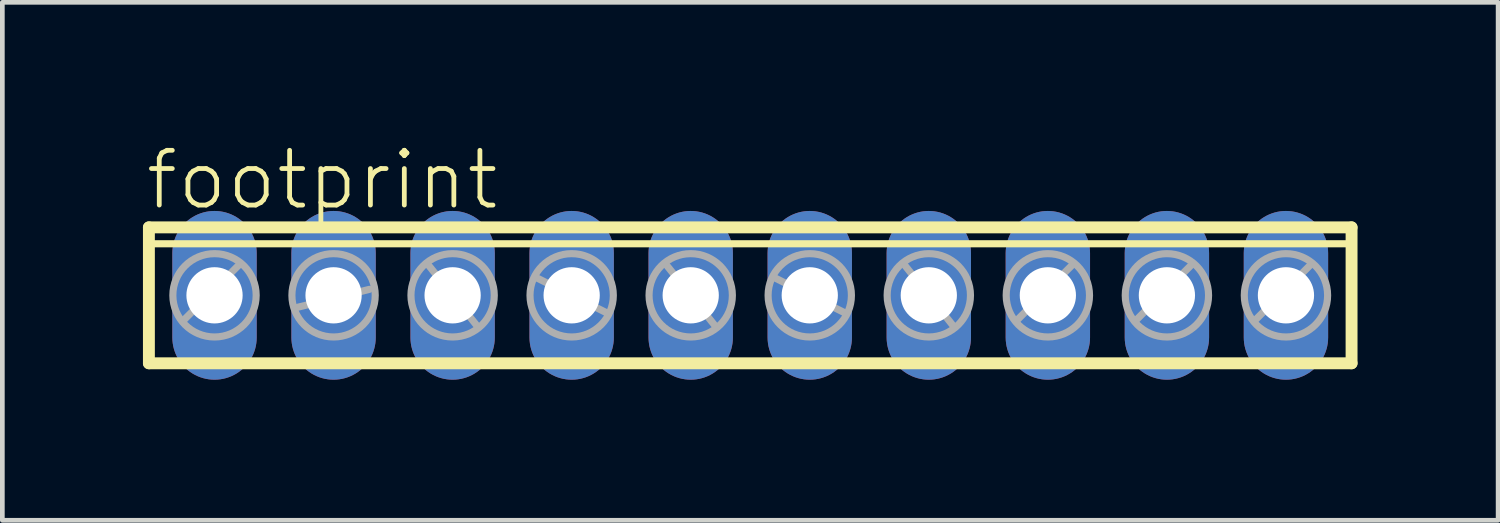
<source format=kicad_pcb>
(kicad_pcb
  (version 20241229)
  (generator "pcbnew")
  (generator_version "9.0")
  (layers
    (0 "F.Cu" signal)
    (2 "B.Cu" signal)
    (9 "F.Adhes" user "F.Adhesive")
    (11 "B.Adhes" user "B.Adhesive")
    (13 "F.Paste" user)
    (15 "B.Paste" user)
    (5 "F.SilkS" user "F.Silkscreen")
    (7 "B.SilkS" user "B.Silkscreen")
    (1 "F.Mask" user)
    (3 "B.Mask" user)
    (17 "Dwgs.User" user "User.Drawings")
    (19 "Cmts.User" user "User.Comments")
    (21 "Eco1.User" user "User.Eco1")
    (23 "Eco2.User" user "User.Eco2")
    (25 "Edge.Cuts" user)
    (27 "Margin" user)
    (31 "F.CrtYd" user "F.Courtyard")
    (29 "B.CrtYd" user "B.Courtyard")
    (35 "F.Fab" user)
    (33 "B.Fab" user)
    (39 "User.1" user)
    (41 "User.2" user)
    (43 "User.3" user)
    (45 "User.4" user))
  (footprint "footprint"
    (layer "F.Cu")
    (at 12.957 3.251)
    (property "Reference" "footprint" (at -12.954 -1.778 0) (layer "F.SilkS") (effects (font (size 1.168 1.168) (thickness 0.102)) (justify left bottom)))
    (fp_line (start -12.83 -1.45) (end -12.83 1.45) (stroke (width 0.254) (type solid)) (layer "F.SilkS"))
    (fp_line (start -12.83 1.45) (end 12.83 1.45) (stroke (width 0.254) (type solid)) (layer "F.SilkS"))
    (fp_line (start -12.72 -1.1) (end 12.72 -1.1) (stroke (width 0.152) (type solid)) (layer "F.SilkS"))
    (fp_line (start 12.83 -1.45) (end -12.83 -1.45) (stroke (width 0.254) (type solid)) (layer "F.SilkS"))
    (fp_line (start 12.83 1.45) (end 12.83 -1.45) (stroke (width 0.254) (type solid)) (layer "F.SilkS"))
    (fp_line (start -12.065 0.508) (end -10.922 -0.635) (stroke (width 0.152) (type solid)) (layer "F.Fab"))
    (fp_line (start -9.652 0.254) (end -8.128 -0.127) (stroke (width 0.152) (type solid)) (layer "F.Fab"))
    (fp_line (start -6.858 -0.635) (end -5.842 0.635) (stroke (width 0.152) (type solid)) (layer "F.Fab"))
    (fp_line (start -4.572 -0.381) (end -3.048 0.381) (stroke (width 0.152) (type solid)) (layer "F.Fab"))
    (fp_line (start -1.778 -0.635) (end -0.762 0.635) (stroke (width 0.152) (type solid)) (layer "F.Fab"))
    (fp_line (start 0.508 -0.381) (end 2.032 0.381) (stroke (width 0.152) (type solid)) (layer "F.Fab"))
    (fp_line (start 3.302 -0.635) (end 4.318 0.635) (stroke (width 0.152) (type solid)) (layer "F.Fab"))
    (fp_line (start 5.715 0.508) (end 6.858 -0.635) (stroke (width 0.152) (type solid)) (layer "F.Fab"))
    (fp_line (start 8.255 0.508) (end 9.398 -0.635) (stroke (width 0.152) (type solid)) (layer "F.Fab"))
    (fp_line (start 10.795 0.508) (end 11.938 -0.635) (stroke (width 0.152) (type solid)) (layer "F.Fab"))
    (fp_circle (center -11.43 0) (end -10.541 0) (stroke (width 0.152) (type solid)) (fill no) (layer "F.Fab"))
    (fp_circle (center -8.89 0) (end -8.001 0) (stroke (width 0.152) (type solid)) (fill no) (layer "F.Fab"))
    (fp_circle (center -6.35 0) (end -5.461 0) (stroke (width 0.152) (type solid)) (fill no) (layer "F.Fab"))
    (fp_circle (center -3.81 0) (end -2.921 0) (stroke (width 0.152) (type solid)) (fill no) (layer "F.Fab"))
    (fp_circle (center -1.27 0) (end -0.381 0) (stroke (width 0.152) (type solid)) (fill no) (layer "F.Fab"))
    (fp_circle (center 1.27 0) (end 2.159 0) (stroke (width 0.152) (type solid)) (fill no) (layer "F.Fab"))
    (fp_circle (center 3.81 0) (end 4.699 0) (stroke (width 0.152) (type solid)) (fill no) (layer "F.Fab"))
    (fp_circle (center 6.35 0) (end 7.239 0) (stroke (width 0.152) (type solid)) (fill no) (layer "F.Fab"))
    (fp_circle (center 8.89 0) (end 9.779 0) (stroke (width 0.152) (type solid)) (fill no) (layer "F.Fab"))
    (fp_circle (center 11.43 0) (end 12.319 0) (stroke (width 0.152) (type solid)) (fill no) (layer "F.Fab"))
    (pad "1" thru_hole oval (at -11.43 0 90) (size 3.6 1.8) (drill 1.2) (layers "*.Cu" "*.Mask"))
    (pad "2" thru_hole oval (at -8.89 0 90) (size 3.6 1.8) (drill 1.2) (layers "*.Cu" "*.Mask"))
    (pad "3" thru_hole oval (at -6.35 0 90) (size 3.6 1.8) (drill 1.2) (layers "*.Cu" "*.Mask"))
    (pad "4" thru_hole oval (at -3.81 0 90) (size 3.6 1.8) (drill 1.2) (layers "*.Cu" "*.Mask"))
    (pad "5" thru_hole oval (at -1.27 0 90) (size 3.6 1.8) (drill 1.2) (layers "*.Cu" "*.Mask"))
    (pad "6" thru_hole oval (at 1.27 0 90) (size 3.6 1.8) (drill 1.2) (layers "*.Cu" "*.Mask"))
    (pad "7" thru_hole oval (at 3.81 0 90) (size 3.6 1.8) (drill 1.2) (layers "*.Cu" "*.Mask"))
    (pad "8" thru_hole oval (at 6.35 0 90) (size 3.6 1.8) (drill 1.2) (layers "*.Cu" "*.Mask"))
    (pad "9" thru_hole oval (at 8.89 0 90) (size 3.6 1.8) (drill 1.2) (layers "*.Cu" "*.Mask"))
    (pad "10" thru_hole oval (at 11.43 0 90) (size 3.6 1.8) (drill 1.2) (layers "*.Cu" "*.Mask")))
  (gr_rect
    (start -3 -3)
    (end 28.914 8.051)
    (stroke (width 0.1) (type default))
    (fill no)
    (layer "Edge.Cuts")))
</source>
